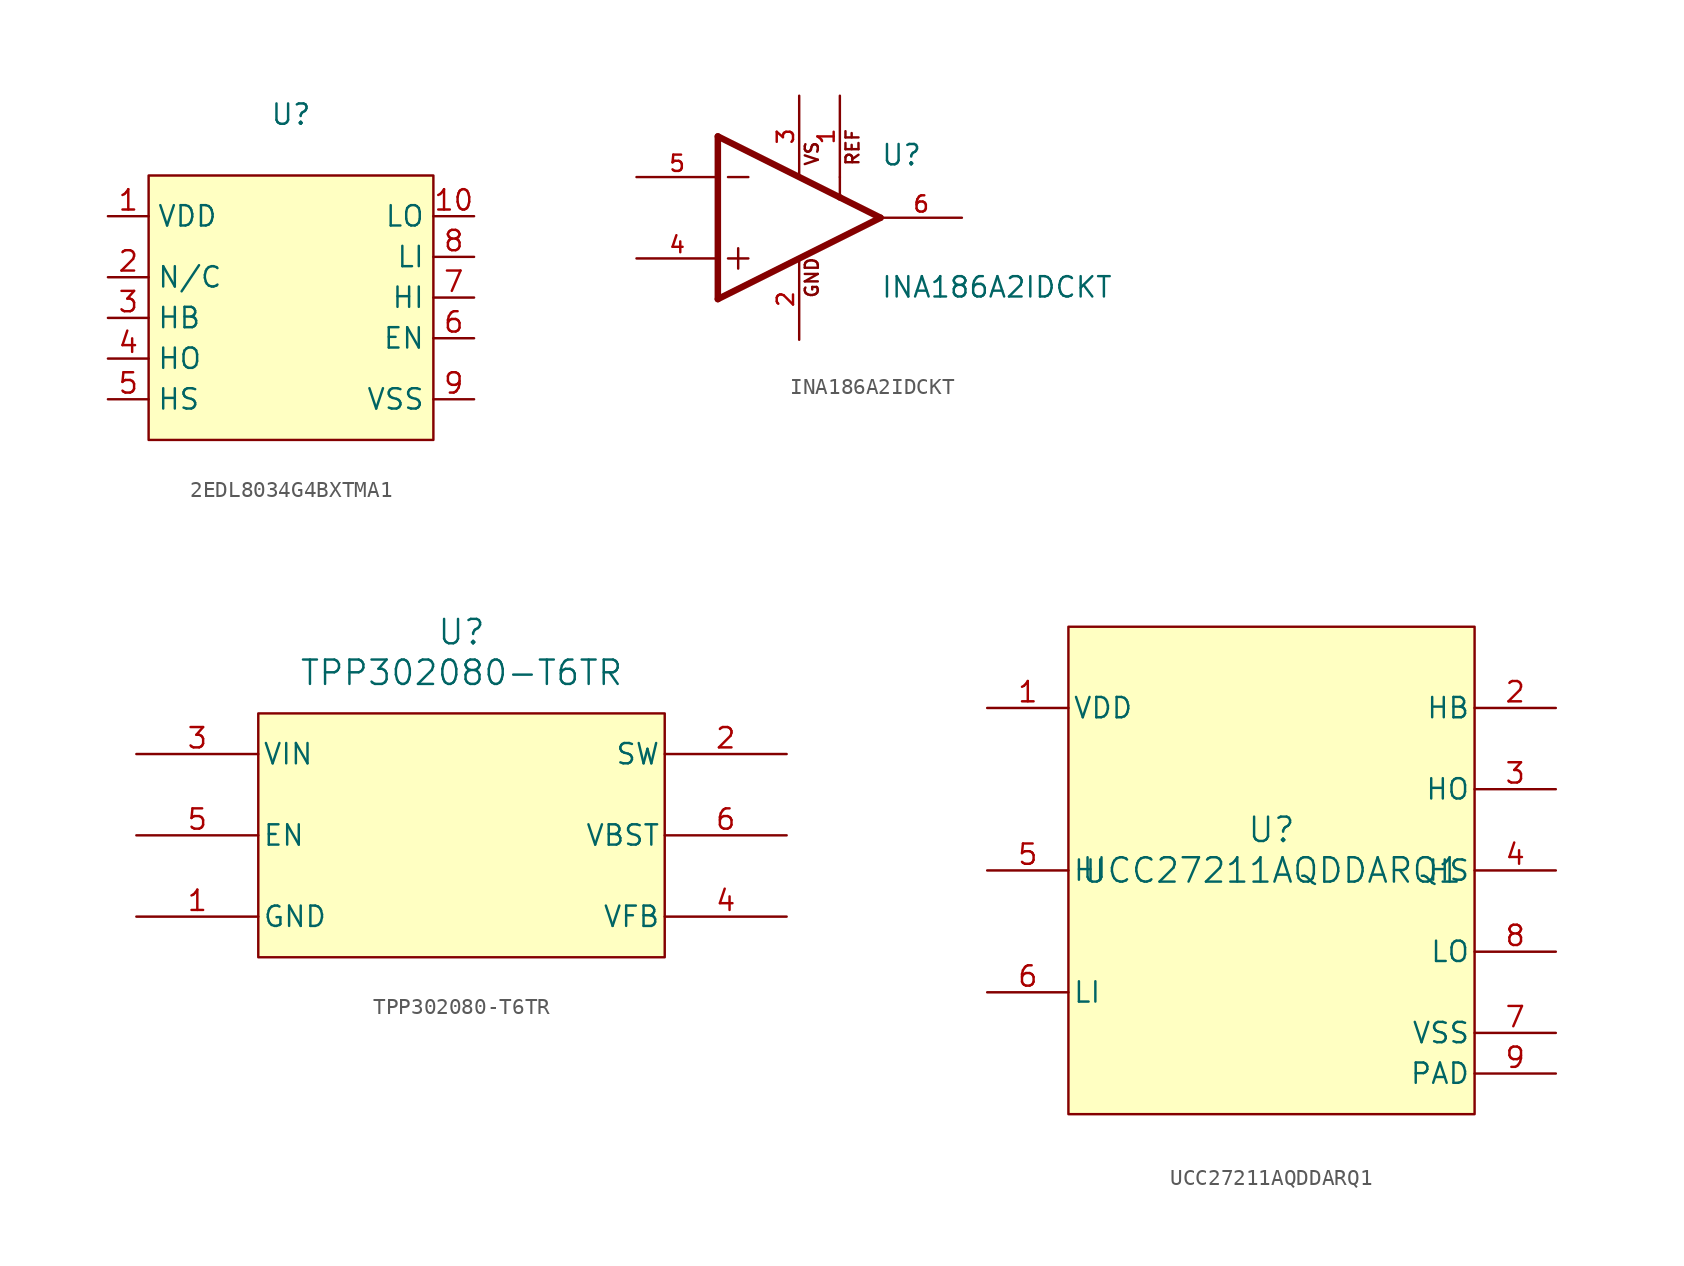
<source format=kicad_sym>
(kicad_symbol_lib
  (version 20231120)
  (generator "kicad_symbol_editor")
  (generator_version "8.0")
  (symbol "2EDL8034G4BXTMA1"
    (property "Reference" "U"
      (at 0 11.43 0)
      (effects (font (size 1.27 1.27))))
    (property "Value" ""
      (at 0 0 0)
      (effects (font (size 1.27 1.27))))
    (symbol "2EDL8034G4BXTMA1_1_1"
      (rectangle (start -8.89 7.62) (end 8.89 -8.89) (stroke (width 0) (type default)) (fill (type background)))
      (pin power_in line (at -11.43 5.08 0) (length 2.54) (name "VDD" (effects (font (size 1.27 1.27)))) (number "1" (effects (font (size 1.27 1.27)))))
      (pin input line (at 11.43 5.08 180) (length 2.54) (name "LO" (effects (font (size 1.27 1.27)))) (number "10" (effects (font (size 1.27 1.27)))))
      (pin input line (at -11.43 1.27 0) (length 2.54) (name "N/C" (effects (font (size 1.27 1.27)))) (number "2" (effects (font (size 1.27 1.27)))))
      (pin input line (at -11.43 -1.27 0) (length 2.54) (name "HB" (effects (font (size 1.27 1.27)))) (number "3" (effects (font (size 1.27 1.27)))))
      (pin input line (at -11.43 -3.81 0) (length 2.54) (name "HO" (effects (font (size 1.27 1.27)))) (number "4" (effects (font (size 1.27 1.27)))))
      (pin input line (at -11.43 -6.35 0) (length 2.54) (name "HS" (effects (font (size 1.27 1.27)))) (number "5" (effects (font (size 1.27 1.27)))))
      (pin input line (at 11.43 -2.54 180) (length 2.54) (name "EN" (effects (font (size 1.27 1.27)))) (number "6" (effects (font (size 1.27 1.27)))))
      (pin input line (at 11.43 0 180) (length 2.54) (name "HI" (effects (font (size 1.27 1.27)))) (number "7" (effects (font (size 1.27 1.27)))))
      (pin input line (at 11.43 2.54 180) (length 2.54) (name "LI" (effects (font (size 1.27 1.27)))) (number "8" (effects (font (size 1.27 1.27)))))
      (pin input line (at 11.43 -6.35 180) (length 2.54) (name "VSS" (effects (font (size 1.27 1.27)))) (number "9" (effects (font (size 1.27 1.27)))))))
  (symbol "INA186A2IDCKT"
    (pin_names
      (offset 1.016))
    (property "Reference" "U"
      (at 7.62 3.175 0)
      (effects (font (size 1.27 1.27)) (justify left bottom)))
    (property "Value" "INA186A2IDCKT"
      (at 7.62 -5.08 0)
      (effects (font (size 1.27 1.27)) (justify left bottom)))
    (symbol "INA186A2IDCKT_0_0"
      (polyline (pts (xy -2.54 -5.08) (xy 7.62 0)) (stroke (width 0.406) (type default)) (fill (type background)))
      (polyline (pts (xy -2.54 5.08) (xy -2.54 -5.08)) (stroke (width 0.406) (type default)) (fill (type background)))
      (polyline (pts (xy -1.905 -2.54) (xy -0.635 -2.54)) (stroke (width 0.152) (type default)) (fill (type none)))
      (polyline (pts (xy -1.905 2.54) (xy -0.635 2.54)) (stroke (width 0.152) (type default)) (fill (type none)))
      (polyline (pts (xy -1.27 -1.905) (xy -1.27 -3.175)) (stroke (width 0.152) (type default)) (fill (type none)))
      (polyline (pts (xy 5.08 1.27) (xy -2.54 5.08)) (stroke (width 0.406) (type default)) (fill (type background)))
      (polyline (pts (xy 5.08 1.27) (xy 5.08 2.54)) (stroke (width 0.152) (type default)) (fill (type none)))
      (polyline (pts (xy 7.62 0) (xy 5.08 1.27)) (stroke (width 0.406) (type default)) (fill (type none)))
      (text "GND" (at 3.81 -5.08 900) (effects (font (size 0.813 0.813)) (justify left bottom)))
      (text "REF" (at 6.35 3.175 900) (effects (font (size 0.813 0.813)) (justify left bottom)))
      (text "VS" (at 3.81 3.175 900) (effects (font (size 0.813 0.813)) (justify left bottom)))
      (pin input line (at 5.08 7.62 270) (length 5.08) (name "~" (effects (font (size 1.016 1.016)))) (number "1" (effects (font (size 1.016 1.016)))))
      (pin power_in line (at 2.54 -7.62 90) (length 5.08) (name "~" (effects (font (size 1.016 1.016)))) (number "2" (effects (font (size 1.016 1.016)))))
      (pin power_in line (at 2.54 7.62 270) (length 5.08) (name "~" (effects (font (size 1.016 1.016)))) (number "3" (effects (font (size 1.016 1.016)))))
      (pin input line (at -7.62 -2.54 0) (length 5.08) (name "~" (effects (font (size 1.016 1.016)))) (number "4" (effects (font (size 1.016 1.016)))))
      (pin input line (at -7.62 2.54 0) (length 5.08) (name "~" (effects (font (size 1.016 1.016)))) (number "5" (effects (font (size 1.016 1.016)))))
      (pin output line (at 12.7 0 180) (length 5.08) (name "~" (effects (font (size 1.016 1.016)))) (number "6" (effects (font (size 1.016 1.016)))))))
  (symbol "TPP302080-T6TR"
    (pin_names
      (offset 0.254))
    (property "Reference" "U"
      (at 20.32 10.16 0)
      (effects (font (size 1.524 1.524))))
    (property "Value" "TPP302080-T6TR"
      (at 20.32 7.62 0)
      (effects (font (size 1.524 1.524))))
    (property "ki_locked" ""
      (at 0 0 0)
      (effects (font (size 1.27 1.27))))
    (symbol "TPP302080-T6TR_0_1"
      (pin power_out line (at 0 -7.62 0) (length 7.62) (name "GND" (effects (font (size 1.27 1.27)))) (number "1" (effects (font (size 1.27 1.27)))))
      (pin output line (at 40.64 2.54 180) (length 7.62) (name "SW" (effects (font (size 1.27 1.27)))) (number "2" (effects (font (size 1.27 1.27)))))
      (pin power_in line (at 0 2.54 0) (length 7.62) (name "VIN" (effects (font (size 1.27 1.27)))) (number "3" (effects (font (size 1.27 1.27)))))
      (pin input line (at 40.64 -7.62 180) (length 7.62) (name "VFB" (effects (font (size 1.27 1.27)))) (number "4" (effects (font (size 1.27 1.27)))))
      (pin input line (at 0 -2.54 0) (length 7.62) (name "EN" (effects (font (size 1.27 1.27)))) (number "5" (effects (font (size 1.27 1.27)))))
      (pin output line (at 40.64 -2.54 180) (length 7.62) (name "VBST" (effects (font (size 1.27 1.27)))) (number "6" (effects (font (size 1.27 1.27))))))
    (symbol "TPP302080-T6TR_1_1"
      (rectangle (start 7.62 5.08) (end 33.02 -10.16) (stroke (width 0) (type default)) (fill (type background)))))
  (symbol "UCC27211AQDDARQ1"
    (pin_names
      (offset 0.254))
    (property "Reference" "U"
      (at 0 2.54 0)
      (effects (font (size 1.524 1.524))))
    (property "Value" "UCC27211AQDDARQ1"
      (at 0 0 0)
      (effects (font (size 1.524 1.524))))
    (property "ki_locked" ""
      (at 0 0 0)
      (effects (font (size 1.27 1.27))))
    (symbol "UCC27211AQDDARQ1_0_1"
      (pin power_in line (at -17.78 10.16 0) (length 5.08) (name "VDD" (effects (font (size 1.27 1.27)))) (number "1" (effects (font (size 1.27 1.27)))))
      (pin power_in line (at 17.78 10.16 180) (length 5.08) (name "HB" (effects (font (size 1.27 1.27)))) (number "2" (effects (font (size 1.27 1.27)))))
      (pin output line (at 17.78 5.08 180) (length 5.08) (name "HO" (effects (font (size 1.27 1.27)))) (number "3" (effects (font (size 1.27 1.27)))))
      (pin power_in line (at 17.78 0 180) (length 5.08) (name "HS" (effects (font (size 1.27 1.27)))) (number "4" (effects (font (size 1.27 1.27)))))
      (pin input line (at -17.78 0 0) (length 5.08) (name "HI" (effects (font (size 1.27 1.27)))) (number "5" (effects (font (size 1.27 1.27)))))
      (pin input line (at -17.78 -7.62 0) (length 5.08) (name "LI" (effects (font (size 1.27 1.27)))) (number "6" (effects (font (size 1.27 1.27)))))
      (pin power_in line (at 17.78 -10.16 180) (length 5.08) (name "VSS" (effects (font (size 1.27 1.27)))) (number "7" (effects (font (size 1.27 1.27)))))
      (pin output line (at 17.78 -5.08 180) (length 5.08) (name "LO" (effects (font (size 1.27 1.27)))) (number "8" (effects (font (size 1.27 1.27)))))
      (pin unspecified line (at 17.78 -12.7 180) (length 5.08) (name "PAD" (effects (font (size 1.27 1.27)))) (number "9" (effects (font (size 1.27 1.27))))))
    (symbol "UCC27211AQDDARQ1_1_1"
      (rectangle (start -12.7 15.24) (end 12.7 -15.24) (stroke (width 0) (type default)) (fill (type background))))))
</source>
